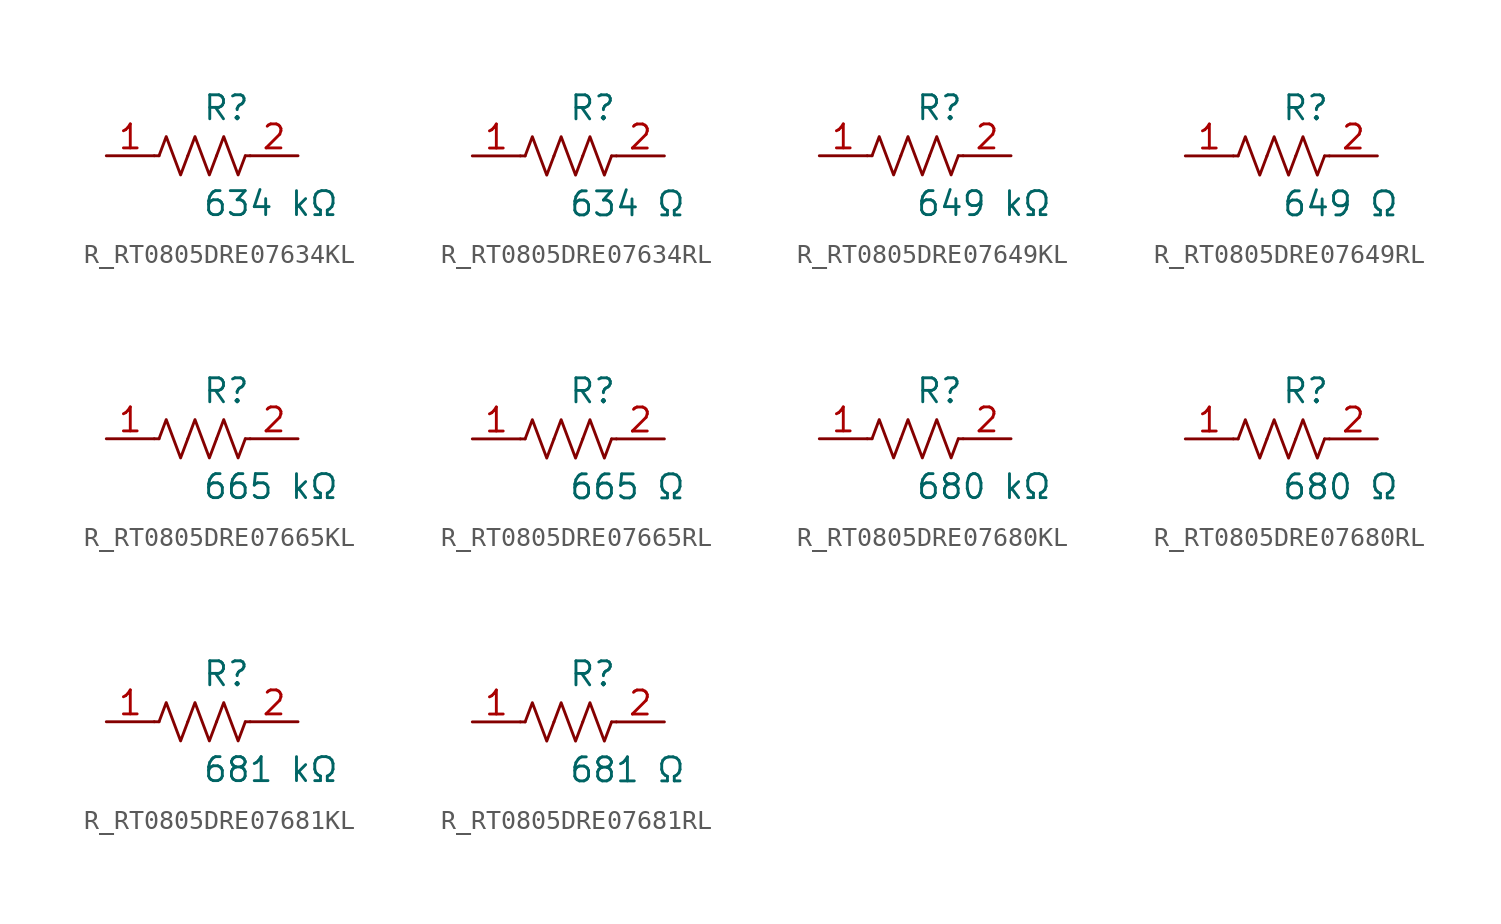
<source format=kicad_sym>
(kicad_symbol_lib
  (version 20231120)
  (generator kicad_symbol_editor)
  (generator_version 8.0)
  (symbol "R_RT0805DRE07634KL"
    (pin_names
      (offset 0.254))
    (property "Reference" "R"
      (at 0 2.54 0)
      (effects (font (size 1.27 1.27)) (justify left)))
    (property "Value" "634 kΩ"
      (at 0 -2.54 0)
      (effects (font (size 1.27 1.27)) (justify left)))
    (symbol "R_RT0805DRE07634KL_0_1"
      (polyline (pts (xy 2.286 0) (xy 2.54 0)) (stroke (width 0) (type default)) (fill (type none)))
      (polyline (pts (xy -2.286 0) (xy -2.54 0)) (stroke (width 0) (type default)) (fill (type none)))
      (polyline (pts (xy 0.762 0) (xy 1.143 1.016) (xy 1.524 0) (xy 1.905 -1.016) (xy 2.286 0)) (stroke (width 0) (type default)) (fill (type none)))
      (polyline (pts (xy -0.762 0) (xy -0.381 1.016) (xy 0 0) (xy 0.381 -1.016) (xy 0.762 0)) (stroke (width 0) (type default)) (fill (type none)))
      (polyline (pts (xy -2.286 0) (xy -1.905 1.016) (xy -1.524 0) (xy -1.143 -1.016) (xy -0.762 0)) (stroke (width 0) (type default)) (fill (type none))))
    (pin passive line
      (at -5.08 0 0)
      (length 2.54)
      (name "" (effects (font (size 1.27 1.27))))
      (number "1" (effects (font (size 1.27 1.27)))))
    (pin passive line
      (at 5.08 0 180)
      (length 2.54)
      (name "" (effects (font (size 1.27 1.27))))
      (number "2" (effects (font (size 1.27 1.27))))))
  (symbol "R_RT0805DRE07634RL"
    (pin_names
      (offset 0.254))
    (property "Reference" "R"
      (at 0 2.54 0)
      (effects (font (size 1.27 1.27)) (justify left)))
    (property "Value" "634 Ω"
      (at 0 -2.54 0)
      (effects (font (size 1.27 1.27)) (justify left)))
    (symbol "R_RT0805DRE07634RL_0_1"
      (polyline (pts (xy 2.286 0) (xy 2.54 0)) (stroke (width 0) (type default)) (fill (type none)))
      (polyline (pts (xy -2.286 0) (xy -2.54 0)) (stroke (width 0) (type default)) (fill (type none)))
      (polyline (pts (xy 0.762 0) (xy 1.143 1.016) (xy 1.524 0) (xy 1.905 -1.016) (xy 2.286 0)) (stroke (width 0) (type default)) (fill (type none)))
      (polyline (pts (xy -0.762 0) (xy -0.381 1.016) (xy 0 0) (xy 0.381 -1.016) (xy 0.762 0)) (stroke (width 0) (type default)) (fill (type none)))
      (polyline (pts (xy -2.286 0) (xy -1.905 1.016) (xy -1.524 0) (xy -1.143 -1.016) (xy -0.762 0)) (stroke (width 0) (type default)) (fill (type none))))
    (pin passive line
      (at -5.08 0 0)
      (length 2.54)
      (name "" (effects (font (size 1.27 1.27))))
      (number "1" (effects (font (size 1.27 1.27)))))
    (pin passive line
      (at 5.08 0 180)
      (length 2.54)
      (name "" (effects (font (size 1.27 1.27))))
      (number "2" (effects (font (size 1.27 1.27))))))
  (symbol "R_RT0805DRE07649KL"
    (pin_names
      (offset 0.254))
    (property "Reference" "R"
      (at 0 2.54 0)
      (effects (font (size 1.27 1.27)) (justify left)))
    (property "Value" "649 kΩ"
      (at 0 -2.54 0)
      (effects (font (size 1.27 1.27)) (justify left)))
    (symbol "R_RT0805DRE07649KL_0_1"
      (polyline (pts (xy 2.286 0) (xy 2.54 0)) (stroke (width 0) (type default)) (fill (type none)))
      (polyline (pts (xy -2.286 0) (xy -2.54 0)) (stroke (width 0) (type default)) (fill (type none)))
      (polyline (pts (xy 0.762 0) (xy 1.143 1.016) (xy 1.524 0) (xy 1.905 -1.016) (xy 2.286 0)) (stroke (width 0) (type default)) (fill (type none)))
      (polyline (pts (xy -0.762 0) (xy -0.381 1.016) (xy 0 0) (xy 0.381 -1.016) (xy 0.762 0)) (stroke (width 0) (type default)) (fill (type none)))
      (polyline (pts (xy -2.286 0) (xy -1.905 1.016) (xy -1.524 0) (xy -1.143 -1.016) (xy -0.762 0)) (stroke (width 0) (type default)) (fill (type none))))
    (pin passive line
      (at -5.08 0 0)
      (length 2.54)
      (name "" (effects (font (size 1.27 1.27))))
      (number "1" (effects (font (size 1.27 1.27)))))
    (pin passive line
      (at 5.08 0 180)
      (length 2.54)
      (name "" (effects (font (size 1.27 1.27))))
      (number "2" (effects (font (size 1.27 1.27))))))
  (symbol "R_RT0805DRE07649RL"
    (pin_names
      (offset 0.254))
    (property "Reference" "R"
      (at 0 2.54 0)
      (effects (font (size 1.27 1.27)) (justify left)))
    (property "Value" "649 Ω"
      (at 0 -2.54 0)
      (effects (font (size 1.27 1.27)) (justify left)))
    (symbol "R_RT0805DRE07649RL_0_1"
      (polyline (pts (xy 2.286 0) (xy 2.54 0)) (stroke (width 0) (type default)) (fill (type none)))
      (polyline (pts (xy -2.286 0) (xy -2.54 0)) (stroke (width 0) (type default)) (fill (type none)))
      (polyline (pts (xy 0.762 0) (xy 1.143 1.016) (xy 1.524 0) (xy 1.905 -1.016) (xy 2.286 0)) (stroke (width 0) (type default)) (fill (type none)))
      (polyline (pts (xy -0.762 0) (xy -0.381 1.016) (xy 0 0) (xy 0.381 -1.016) (xy 0.762 0)) (stroke (width 0) (type default)) (fill (type none)))
      (polyline (pts (xy -2.286 0) (xy -1.905 1.016) (xy -1.524 0) (xy -1.143 -1.016) (xy -0.762 0)) (stroke (width 0) (type default)) (fill (type none))))
    (pin passive line
      (at -5.08 0 0)
      (length 2.54)
      (name "" (effects (font (size 1.27 1.27))))
      (number "1" (effects (font (size 1.27 1.27)))))
    (pin passive line
      (at 5.08 0 180)
      (length 2.54)
      (name "" (effects (font (size 1.27 1.27))))
      (number "2" (effects (font (size 1.27 1.27))))))
  (symbol "R_RT0805DRE07665KL"
    (pin_names
      (offset 0.254))
    (property "Reference" "R"
      (at 0 2.54 0)
      (effects (font (size 1.27 1.27)) (justify left)))
    (property "Value" "665 kΩ"
      (at 0 -2.54 0)
      (effects (font (size 1.27 1.27)) (justify left)))
    (symbol "R_RT0805DRE07665KL_0_1"
      (polyline (pts (xy 2.286 0) (xy 2.54 0)) (stroke (width 0) (type default)) (fill (type none)))
      (polyline (pts (xy -2.286 0) (xy -2.54 0)) (stroke (width 0) (type default)) (fill (type none)))
      (polyline (pts (xy 0.762 0) (xy 1.143 1.016) (xy 1.524 0) (xy 1.905 -1.016) (xy 2.286 0)) (stroke (width 0) (type default)) (fill (type none)))
      (polyline (pts (xy -0.762 0) (xy -0.381 1.016) (xy 0 0) (xy 0.381 -1.016) (xy 0.762 0)) (stroke (width 0) (type default)) (fill (type none)))
      (polyline (pts (xy -2.286 0) (xy -1.905 1.016) (xy -1.524 0) (xy -1.143 -1.016) (xy -0.762 0)) (stroke (width 0) (type default)) (fill (type none))))
    (pin passive line
      (at -5.08 0 0)
      (length 2.54)
      (name "" (effects (font (size 1.27 1.27))))
      (number "1" (effects (font (size 1.27 1.27)))))
    (pin passive line
      (at 5.08 0 180)
      (length 2.54)
      (name "" (effects (font (size 1.27 1.27))))
      (number "2" (effects (font (size 1.27 1.27))))))
  (symbol "R_RT0805DRE07665RL"
    (pin_names
      (offset 0.254))
    (property "Reference" "R"
      (at 0 2.54 0)
      (effects (font (size 1.27 1.27)) (justify left)))
    (property "Value" "665 Ω"
      (at 0 -2.54 0)
      (effects (font (size 1.27 1.27)) (justify left)))
    (symbol "R_RT0805DRE07665RL_0_1"
      (polyline (pts (xy 2.286 0) (xy 2.54 0)) (stroke (width 0) (type default)) (fill (type none)))
      (polyline (pts (xy -2.286 0) (xy -2.54 0)) (stroke (width 0) (type default)) (fill (type none)))
      (polyline (pts (xy 0.762 0) (xy 1.143 1.016) (xy 1.524 0) (xy 1.905 -1.016) (xy 2.286 0)) (stroke (width 0) (type default)) (fill (type none)))
      (polyline (pts (xy -0.762 0) (xy -0.381 1.016) (xy 0 0) (xy 0.381 -1.016) (xy 0.762 0)) (stroke (width 0) (type default)) (fill (type none)))
      (polyline (pts (xy -2.286 0) (xy -1.905 1.016) (xy -1.524 0) (xy -1.143 -1.016) (xy -0.762 0)) (stroke (width 0) (type default)) (fill (type none))))
    (pin passive line
      (at -5.08 0 0)
      (length 2.54)
      (name "" (effects (font (size 1.27 1.27))))
      (number "1" (effects (font (size 1.27 1.27)))))
    (pin passive line
      (at 5.08 0 180)
      (length 2.54)
      (name "" (effects (font (size 1.27 1.27))))
      (number "2" (effects (font (size 1.27 1.27))))))
  (symbol "R_RT0805DRE07680KL"
    (pin_names
      (offset 0.254))
    (property "Reference" "R"
      (at 0 2.54 0)
      (effects (font (size 1.27 1.27)) (justify left)))
    (property "Value" "680 kΩ"
      (at 0 -2.54 0)
      (effects (font (size 1.27 1.27)) (justify left)))
    (symbol "R_RT0805DRE07680KL_0_1"
      (polyline (pts (xy 2.286 0) (xy 2.54 0)) (stroke (width 0) (type default)) (fill (type none)))
      (polyline (pts (xy -2.286 0) (xy -2.54 0)) (stroke (width 0) (type default)) (fill (type none)))
      (polyline (pts (xy 0.762 0) (xy 1.143 1.016) (xy 1.524 0) (xy 1.905 -1.016) (xy 2.286 0)) (stroke (width 0) (type default)) (fill (type none)))
      (polyline (pts (xy -0.762 0) (xy -0.381 1.016) (xy 0 0) (xy 0.381 -1.016) (xy 0.762 0)) (stroke (width 0) (type default)) (fill (type none)))
      (polyline (pts (xy -2.286 0) (xy -1.905 1.016) (xy -1.524 0) (xy -1.143 -1.016) (xy -0.762 0)) (stroke (width 0) (type default)) (fill (type none))))
    (pin passive line
      (at -5.08 0 0)
      (length 2.54)
      (name "" (effects (font (size 1.27 1.27))))
      (number "1" (effects (font (size 1.27 1.27)))))
    (pin passive line
      (at 5.08 0 180)
      (length 2.54)
      (name "" (effects (font (size 1.27 1.27))))
      (number "2" (effects (font (size 1.27 1.27))))))
  (symbol "R_RT0805DRE07680RL"
    (pin_names
      (offset 0.254))
    (property "Reference" "R"
      (at 0 2.54 0)
      (effects (font (size 1.27 1.27)) (justify left)))
    (property "Value" "680 Ω"
      (at 0 -2.54 0)
      (effects (font (size 1.27 1.27)) (justify left)))
    (symbol "R_RT0805DRE07680RL_0_1"
      (polyline (pts (xy 2.286 0) (xy 2.54 0)) (stroke (width 0) (type default)) (fill (type none)))
      (polyline (pts (xy -2.286 0) (xy -2.54 0)) (stroke (width 0) (type default)) (fill (type none)))
      (polyline (pts (xy 0.762 0) (xy 1.143 1.016) (xy 1.524 0) (xy 1.905 -1.016) (xy 2.286 0)) (stroke (width 0) (type default)) (fill (type none)))
      (polyline (pts (xy -0.762 0) (xy -0.381 1.016) (xy 0 0) (xy 0.381 -1.016) (xy 0.762 0)) (stroke (width 0) (type default)) (fill (type none)))
      (polyline (pts (xy -2.286 0) (xy -1.905 1.016) (xy -1.524 0) (xy -1.143 -1.016) (xy -0.762 0)) (stroke (width 0) (type default)) (fill (type none))))
    (pin passive line
      (at -5.08 0 0)
      (length 2.54)
      (name "" (effects (font (size 1.27 1.27))))
      (number "1" (effects (font (size 1.27 1.27)))))
    (pin passive line
      (at 5.08 0 180)
      (length 2.54)
      (name "" (effects (font (size 1.27 1.27))))
      (number "2" (effects (font (size 1.27 1.27))))))
  (symbol "R_RT0805DRE07681KL"
    (pin_names
      (offset 0.254))
    (property "Reference" "R"
      (at 0 2.54 0)
      (effects (font (size 1.27 1.27)) (justify left)))
    (property "Value" "681 kΩ"
      (at 0 -2.54 0)
      (effects (font (size 1.27 1.27)) (justify left)))
    (symbol "R_RT0805DRE07681KL_0_1"
      (polyline (pts (xy 2.286 0) (xy 2.54 0)) (stroke (width 0) (type default)) (fill (type none)))
      (polyline (pts (xy -2.286 0) (xy -2.54 0)) (stroke (width 0) (type default)) (fill (type none)))
      (polyline (pts (xy 0.762 0) (xy 1.143 1.016) (xy 1.524 0) (xy 1.905 -1.016) (xy 2.286 0)) (stroke (width 0) (type default)) (fill (type none)))
      (polyline (pts (xy -0.762 0) (xy -0.381 1.016) (xy 0 0) (xy 0.381 -1.016) (xy 0.762 0)) (stroke (width 0) (type default)) (fill (type none)))
      (polyline (pts (xy -2.286 0) (xy -1.905 1.016) (xy -1.524 0) (xy -1.143 -1.016) (xy -0.762 0)) (stroke (width 0) (type default)) (fill (type none))))
    (pin passive line
      (at -5.08 0 0)
      (length 2.54)
      (name "" (effects (font (size 1.27 1.27))))
      (number "1" (effects (font (size 1.27 1.27)))))
    (pin passive line
      (at 5.08 0 180)
      (length 2.54)
      (name "" (effects (font (size 1.27 1.27))))
      (number "2" (effects (font (size 1.27 1.27))))))
  (symbol "R_RT0805DRE07681RL"
    (pin_names
      (offset 0.254))
    (property "Reference" "R"
      (at 0 2.54 0)
      (effects (font (size 1.27 1.27)) (justify left)))
    (property "Value" "681 Ω"
      (at 0 -2.54 0)
      (effects (font (size 1.27 1.27)) (justify left)))
    (symbol "R_RT0805DRE07681RL_0_1"
      (polyline (pts (xy 2.286 0) (xy 2.54 0)) (stroke (width 0) (type default)) (fill (type none)))
      (polyline (pts (xy -2.286 0) (xy -2.54 0)) (stroke (width 0) (type default)) (fill (type none)))
      (polyline (pts (xy 0.762 0) (xy 1.143 1.016) (xy 1.524 0) (xy 1.905 -1.016) (xy 2.286 0)) (stroke (width 0) (type default)) (fill (type none)))
      (polyline (pts (xy -0.762 0) (xy -0.381 1.016) (xy 0 0) (xy 0.381 -1.016) (xy 0.762 0)) (stroke (width 0) (type default)) (fill (type none)))
      (polyline (pts (xy -2.286 0) (xy -1.905 1.016) (xy -1.524 0) (xy -1.143 -1.016) (xy -0.762 0)) (stroke (width 0) (type default)) (fill (type none))))
    (pin passive line
      (at -5.08 0 0)
      (length 2.54)
      (name "" (effects (font (size 1.27 1.27))))
      (number "1" (effects (font (size 1.27 1.27)))))
    (pin passive line
      (at 5.08 0 180)
      (length 2.54)
      (name "" (effects (font (size 1.27 1.27))))
      (number "2" (effects (font (size 1.27 1.27)))))))
</source>
